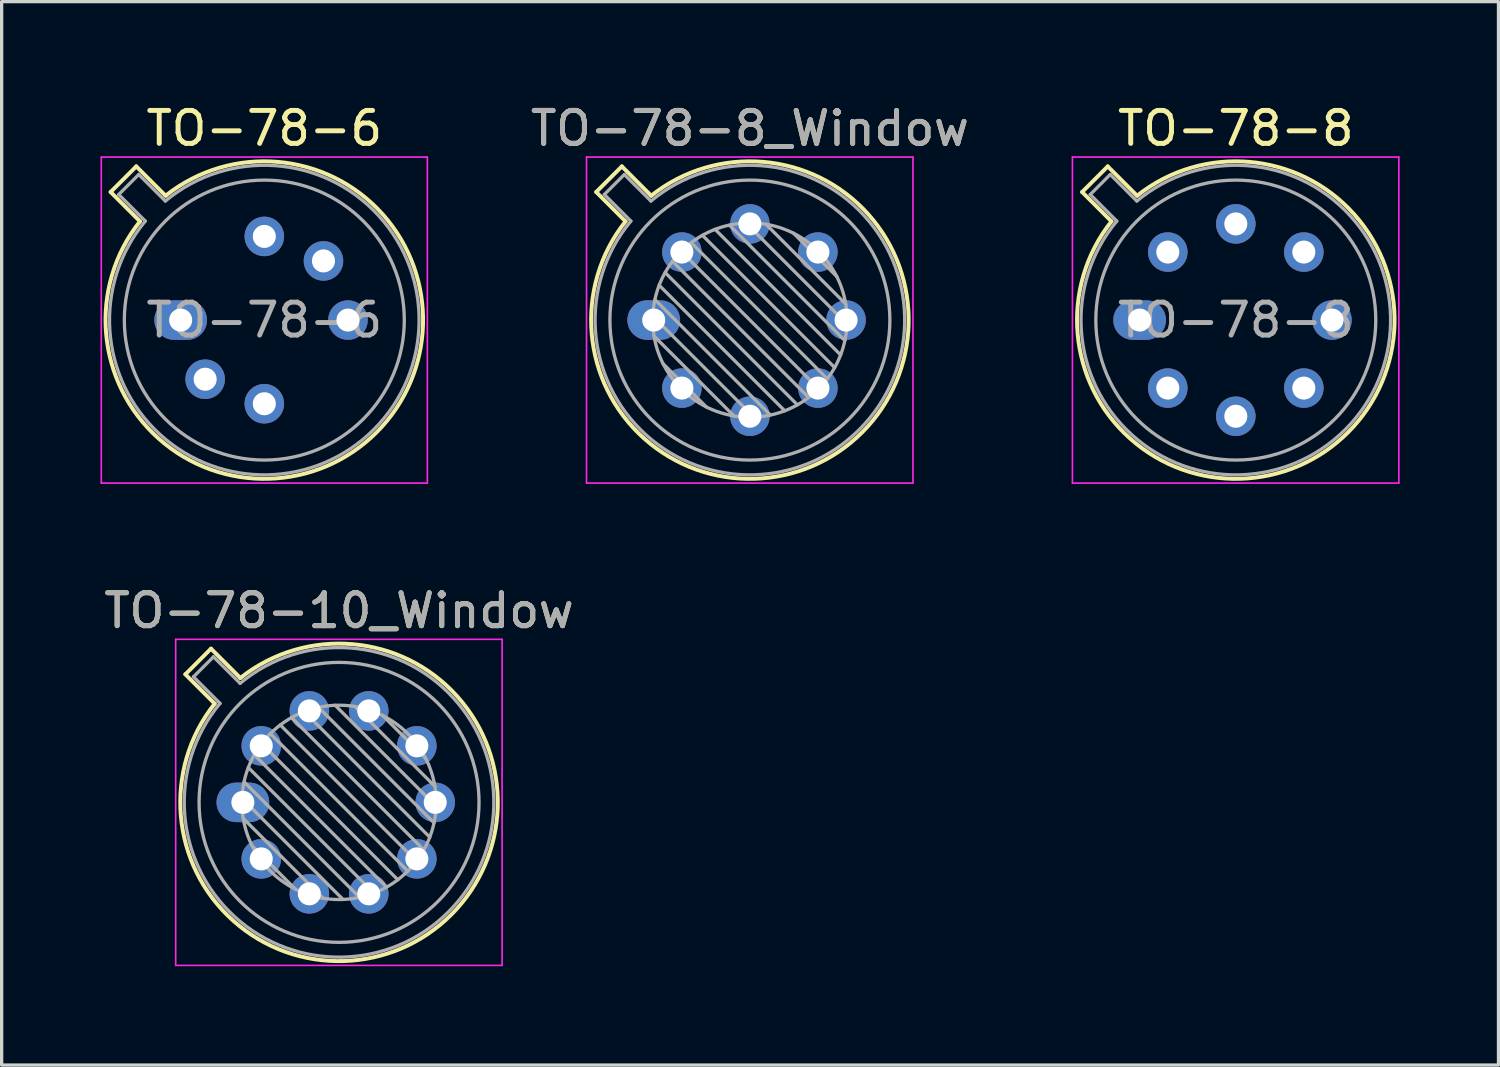
<source format=kicad_pcb>
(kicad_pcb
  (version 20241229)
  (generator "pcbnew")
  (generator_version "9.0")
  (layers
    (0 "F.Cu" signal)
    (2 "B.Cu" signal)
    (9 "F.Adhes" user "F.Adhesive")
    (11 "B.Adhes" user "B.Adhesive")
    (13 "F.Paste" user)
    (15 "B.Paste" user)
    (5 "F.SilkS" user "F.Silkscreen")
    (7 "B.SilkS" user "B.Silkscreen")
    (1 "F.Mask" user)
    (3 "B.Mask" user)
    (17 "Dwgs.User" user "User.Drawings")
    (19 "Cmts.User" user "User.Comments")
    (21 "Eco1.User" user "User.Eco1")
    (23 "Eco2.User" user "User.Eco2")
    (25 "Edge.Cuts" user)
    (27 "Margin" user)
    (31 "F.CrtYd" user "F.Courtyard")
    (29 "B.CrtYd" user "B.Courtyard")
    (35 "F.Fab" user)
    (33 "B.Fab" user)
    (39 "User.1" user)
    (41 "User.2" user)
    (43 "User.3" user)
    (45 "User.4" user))
  (footprint "TO-78-8_Window"
    (layer "F.Cu")
    (at 16.798 6.668)
    (property "Reference" "TO-78-8_Window" (at 2.92 -5.82 0) (layer "F.SilkS") (effects (font (size 1 1) (thickness 0.15))))
    (attr through_hole)
    (fp_line (start -1.746 -3.888) (end -0.855 -2.997) (stroke (width 0.12) (type solid)) (layer "F.SilkS"))
    (fp_line (start -0.968 -4.666) (end -1.746 -3.888) (stroke (width 0.12) (type solid)) (layer "F.SilkS"))
    (fp_line (start -0.077 -3.775) (end -0.968 -4.666) (stroke (width 0.12) (type solid)) (layer "F.SilkS"))
    (fp_arc (start -0.077084 -3.774902) (mid 6.328125 3.408384) (end -0.854674 -2.997371) (stroke (width 0.12) (type solid)) (layer "F.SilkS"))
    (fp_line (start -2.04 -4.95) (end -2.04 4.95) (stroke (width 0.05) (type solid)) (layer "F.CrtYd"))
    (fp_line (start -2.04 4.95) (end 7.87 4.95) (stroke (width 0.05) (type solid)) (layer "F.CrtYd"))
    (fp_line (start 7.87 -4.95) (end -2.04 -4.95) (stroke (width 0.05) (type solid)) (layer "F.CrtYd"))
    (fp_line (start 7.87 4.95) (end 7.87 -4.95) (stroke (width 0.05) (type solid)) (layer "F.CrtYd"))
    (fp_line (start -1.5 -3.812) (end -0.694 -3.005) (stroke (width 0.1) (type solid)) (layer "F.Fab"))
    (fp_line (start -0.892 -4.42) (end -1.5 -3.812) (stroke (width 0.1) (type solid)) (layer "F.Fab"))
    (fp_line (start -0.085 -3.614) (end -0.892 -4.42) (stroke (width 0.1) (type solid)) (layer "F.Fab"))
    (fp_line (start -0.028 -0.12) (end 3.04 2.948) (stroke (width 0.1) (type solid)) (layer "F.Fab"))
    (fp_line (start 0.009 0.485) (end 2.435 2.911) (stroke (width 0.1) (type solid)) (layer "F.Fab"))
    (fp_line (start 0.036 -0.622) (end 3.542 2.884) (stroke (width 0.1) (type solid)) (layer "F.Fab"))
    (fp_line (start 0.165 -1.058) (end 3.978 2.755) (stroke (width 0.1) (type solid)) (layer "F.Fab"))
    (fp_line (start 0.283 1.324) (end 1.596 2.637) (stroke (width 0.1) (type solid)) (layer "F.Fab"))
    (fp_line (start 0.346 -1.443) (end 4.363 2.574) (stroke (width 0.1) (type solid)) (layer "F.Fab"))
    (fp_line (start 0.57 -1.784) (end 4.704 2.35) (stroke (width 0.1) (type solid)) (layer "F.Fab"))
    (fp_line (start 0.834 -2.086) (end 5.006 2.086) (stroke (width 0.1) (type solid)) (layer "F.Fab"))
    (fp_line (start 1.136 -2.35) (end 5.27 1.784) (stroke (width 0.1) (type solid)) (layer "F.Fab"))
    (fp_line (start 1.477 -2.574) (end 5.494 1.443) (stroke (width 0.1) (type solid)) (layer "F.Fab"))
    (fp_line (start 1.862 -2.755) (end 5.675 1.058) (stroke (width 0.1) (type solid)) (layer "F.Fab"))
    (fp_line (start 2.298 -2.884) (end 5.804 0.622) (stroke (width 0.1) (type solid)) (layer "F.Fab"))
    (fp_line (start 2.8 -2.948) (end 5.868 0.12) (stroke (width 0.1) (type solid)) (layer "F.Fab"))
    (fp_line (start 3.405 -2.911) (end 5.831 -0.485) (stroke (width 0.1) (type solid)) (layer "F.Fab"))
    (fp_line (start 4.244 -2.637) (end 5.557 -1.324) (stroke (width 0.1) (type solid)) (layer "F.Fab"))
    (fp_arc (start -0.085408 -3.61352) (mid 6.243443 3.323361) (end -0.693594 -3.005319) (stroke (width 0.1) (type solid)) (layer "F.Fab"))
    (fp_circle (center 2.92 0) (end 5.87 0) (stroke (width 0.1) (type solid)) (fill no) (layer "F.Fab"))
    (fp_circle (center 2.92 0) (end 7.17 0) (stroke (width 0.1) (type solid)) (fill no) (layer "F.Fab"))
    (fp_text user "${REFERENCE}" (at 2.92 -5.82 0) (layer "F.Fab") (effects (font (size 1 1) (thickness 0.15))))
    (pad "1" thru_hole oval (at 0 0) (size 1.6 1.2) (drill 0.7) (layers "*.Cu" "*.Mask"))
    (pad "2" thru_hole oval (at 0.855 2.065) (size 1.2 1.2) (drill 0.7) (layers "*.Cu" "*.Mask"))
    (pad "3" thru_hole oval (at 2.92 2.92) (size 1.2 1.2) (drill 0.7) (layers "*.Cu" "*.Mask"))
    (pad "4" thru_hole oval (at 4.985 2.065) (size 1.2 1.2) (drill 0.7) (layers "*.Cu" "*.Mask"))
    (pad "5" thru_hole oval (at 5.84 0) (size 1.2 1.2) (drill 0.7) (layers "*.Cu" "*.Mask"))
    (pad "6" thru_hole oval (at 4.985 -2.065) (size 1.2 1.2) (drill 0.7) (layers "*.Cu" "*.Mask"))
    (pad "7" thru_hole oval (at 2.92 -2.92) (size 1.2 1.2) (drill 0.7) (layers "*.Cu" "*.Mask"))
    (pad "8" thru_hole oval (at 0.855 -2.065) (size 1.2 1.2) (drill 0.7) (layers "*.Cu" "*.Mask")))
  (footprint "TO-78-6"
    (layer "F.Cu")
    (at 2.435 6.668)
    (property "Reference" "TO-78-6" (at 2.54 -5.82 0) (layer "F.SilkS") (effects (font (size 1 1) (thickness 0.15))))
    (attr through_hole)
    (fp_line (start -2.126 -3.888) (end -1.235 -2.997) (stroke (width 0.12) (type solid)) (layer "F.SilkS"))
    (fp_line (start -1.348 -4.666) (end -2.126 -3.888) (stroke (width 0.12) (type solid)) (layer "F.SilkS"))
    (fp_line (start -0.457 -3.775) (end -1.348 -4.666) (stroke (width 0.12) (type solid)) (layer "F.SilkS"))
    (fp_arc (start -0.457084 -3.774902) (mid 5.948125 3.408384) (end -1.234674 -2.997371) (stroke (width 0.12) (type solid)) (layer "F.SilkS"))
    (fp_line (start -2.41 -4.95) (end -2.41 4.95) (stroke (width 0.05) (type solid)) (layer "F.CrtYd"))
    (fp_line (start -2.41 4.95) (end 7.49 4.95) (stroke (width 0.05) (type solid)) (layer "F.CrtYd"))
    (fp_line (start 7.49 -4.95) (end -2.41 -4.95) (stroke (width 0.05) (type solid)) (layer "F.CrtYd"))
    (fp_line (start 7.49 4.95) (end 7.49 -4.95) (stroke (width 0.05) (type solid)) (layer "F.CrtYd"))
    (fp_line (start -1.88 -3.812) (end -1.074 -3.005) (stroke (width 0.1) (type solid)) (layer "F.Fab"))
    (fp_line (start -1.272 -4.42) (end -1.88 -3.812) (stroke (width 0.1) (type solid)) (layer "F.Fab"))
    (fp_line (start -0.465 -3.614) (end -1.272 -4.42) (stroke (width 0.1) (type solid)) (layer "F.Fab"))
    (fp_arc (start -0.465408 -3.61352) (mid 5.863443 3.323361) (end -1.073594 -3.005319) (stroke (width 0.1) (type solid)) (layer "F.Fab"))
    (fp_circle (center 2.54 0) (end 6.79 0) (stroke (width 0.1) (type solid)) (fill no) (layer "F.Fab"))
    (fp_text user "${REFERENCE}" (at 2.54 0 0) (layer "F.Fab") (effects (font (size 1 1) (thickness 0.15))))
    (pad "1" thru_hole oval (at 0 0) (size 1.6 1.2) (drill 0.7) (layers "*.Cu" "*.Mask"))
    (pad "2" thru_hole oval (at 0.744 1.796) (size 1.2 1.2) (drill 0.7) (layers "*.Cu" "*.Mask"))
    (pad "3" thru_hole oval (at 2.54 2.54) (size 1.2 1.2) (drill 0.7) (layers "*.Cu" "*.Mask"))
    (pad "4" thru_hole oval (at 5.08 0) (size 1.2 1.2) (drill 0.7) (layers "*.Cu" "*.Mask"))
    (pad "5" thru_hole oval (at 4.336 -1.796) (size 1.2 1.2) (drill 0.7) (layers "*.Cu" "*.Mask"))
    (pad "6" thru_hole oval (at 2.54 -2.54) (size 1.2 1.2) (drill 0.7) (layers "*.Cu" "*.Mask")))
  (footprint "TO-78-10_Window"
    (layer "F.Cu")
    (at 4.324 21.311)
    (property "Reference" "TO-78-10_Window" (at 2.92 -5.82 0) (layer "F.SilkS") (effects (font (size 1 1) (thickness 0.15))))
    (attr through_hole)
    (fp_line (start -1.746 -3.888) (end -0.855 -2.997) (stroke (width 0.12) (type solid)) (layer "F.SilkS"))
    (fp_line (start -0.968 -4.666) (end -1.746 -3.888) (stroke (width 0.12) (type solid)) (layer "F.SilkS"))
    (fp_line (start -0.077 -3.775) (end -0.968 -4.666) (stroke (width 0.12) (type solid)) (layer "F.SilkS"))
    (fp_arc (start -0.077084 -3.774902) (mid 6.328125 3.408384) (end -0.854674 -2.997371) (stroke (width 0.12) (type solid)) (layer "F.SilkS"))
    (fp_line (start -2.04 -4.95) (end -2.04 4.95) (stroke (width 0.05) (type solid)) (layer "F.CrtYd"))
    (fp_line (start -2.04 4.95) (end 7.87 4.95) (stroke (width 0.05) (type solid)) (layer "F.CrtYd"))
    (fp_line (start 7.87 -4.95) (end -2.04 -4.95) (stroke (width 0.05) (type solid)) (layer "F.CrtYd"))
    (fp_line (start 7.87 4.95) (end 7.87 -4.95) (stroke (width 0.05) (type solid)) (layer "F.CrtYd"))
    (fp_line (start -1.5 -3.812) (end -0.694 -3.005) (stroke (width 0.1) (type solid)) (layer "F.Fab"))
    (fp_line (start -0.892 -4.42) (end -1.5 -3.812) (stroke (width 0.1) (type solid)) (layer "F.Fab"))
    (fp_line (start -0.085 -3.614) (end -0.892 -4.42) (stroke (width 0.1) (type solid)) (layer "F.Fab"))
    (fp_line (start -0.028 -0.12) (end 3.04 2.948) (stroke (width 0.1) (type solid)) (layer "F.Fab"))
    (fp_line (start 0.009 0.485) (end 2.435 2.911) (stroke (width 0.1) (type solid)) (layer "F.Fab"))
    (fp_line (start 0.036 -0.622) (end 3.542 2.884) (stroke (width 0.1) (type solid)) (layer "F.Fab"))
    (fp_line (start 0.165 -1.058) (end 3.978 2.755) (stroke (width 0.1) (type solid)) (layer "F.Fab"))
    (fp_line (start 0.283 1.324) (end 1.596 2.637) (stroke (width 0.1) (type solid)) (layer "F.Fab"))
    (fp_line (start 0.346 -1.443) (end 4.363 2.574) (stroke (width 0.1) (type solid)) (layer "F.Fab"))
    (fp_line (start 0.57 -1.784) (end 4.704 2.35) (stroke (width 0.1) (type solid)) (layer "F.Fab"))
    (fp_line (start 0.834 -2.086) (end 5.006 2.086) (stroke (width 0.1) (type solid)) (layer "F.Fab"))
    (fp_line (start 1.136 -2.35) (end 5.27 1.784) (stroke (width 0.1) (type solid)) (layer "F.Fab"))
    (fp_line (start 1.477 -2.574) (end 5.494 1.443) (stroke (width 0.1) (type solid)) (layer "F.Fab"))
    (fp_line (start 1.862 -2.755) (end 5.675 1.058) (stroke (width 0.1) (type solid)) (layer "F.Fab"))
    (fp_line (start 2.298 -2.884) (end 5.804 0.622) (stroke (width 0.1) (type solid)) (layer "F.Fab"))
    (fp_line (start 2.8 -2.948) (end 5.868 0.12) (stroke (width 0.1) (type solid)) (layer "F.Fab"))
    (fp_line (start 3.405 -2.911) (end 5.831 -0.485) (stroke (width 0.1) (type solid)) (layer "F.Fab"))
    (fp_line (start 4.244 -2.637) (end 5.557 -1.324) (stroke (width 0.1) (type solid)) (layer "F.Fab"))
    (fp_arc (start -0.085408 -3.61352) (mid 6.243443 3.323361) (end -0.693594 -3.005319) (stroke (width 0.1) (type solid)) (layer "F.Fab"))
    (fp_circle (center 2.92 0) (end 5.87 0) (stroke (width 0.1) (type solid)) (fill no) (layer "F.Fab"))
    (fp_circle (center 2.92 0) (end 7.17 0) (stroke (width 0.1) (type solid)) (fill no) (layer "F.Fab"))
    (fp_text user "${REFERENCE}" (at 2.92 -5.82 0) (layer "F.Fab") (effects (font (size 1 1) (thickness 0.15))))
    (pad "1" thru_hole oval (at 0 0) (size 1.6 1.2) (drill 0.7) (layers "*.Cu" "*.Mask"))
    (pad "2" thru_hole oval (at 0.558 1.716) (size 1.2 1.2) (drill 0.7) (layers "*.Cu" "*.Mask"))
    (pad "3" thru_hole oval (at 2.018 2.777) (size 1.2 1.2) (drill 0.7) (layers "*.Cu" "*.Mask"))
    (pad "4" thru_hole oval (at 3.822 2.777) (size 1.2 1.2) (drill 0.7) (layers "*.Cu" "*.Mask"))
    (pad "5" thru_hole oval (at 5.282 1.716) (size 1.2 1.2) (drill 0.7) (layers "*.Cu" "*.Mask"))
    (pad "6" thru_hole oval (at 5.84 0) (size 1.2 1.2) (drill 0.7) (layers "*.Cu" "*.Mask"))
    (pad "7" thru_hole oval (at 5.282 -1.716) (size 1.2 1.2) (drill 0.7) (layers "*.Cu" "*.Mask"))
    (pad "8" thru_hole oval (at 3.822 -2.777) (size 1.2 1.2) (drill 0.7) (layers "*.Cu" "*.Mask"))
    (pad "9" thru_hole oval (at 2.018 -2.777) (size 1.2 1.2) (drill 0.7) (layers "*.Cu" "*.Mask"))
    (pad "10" thru_hole oval (at 0.558 -1.716) (size 1.2 1.2) (drill 0.7) (layers "*.Cu" "*.Mask")))
  (footprint "TO-78-8"
    (layer "F.Cu")
    (at 31.551 6.668)
    (property "Reference" "TO-78-8" (at 2.92 -5.82 0) (layer "F.SilkS") (effects (font (size 1 1) (thickness 0.15))))
    (attr through_hole)
    (fp_line (start -1.746 -3.888) (end -0.855 -2.997) (stroke (width 0.12) (type solid)) (layer "F.SilkS"))
    (fp_line (start -0.968 -4.666) (end -1.746 -3.888) (stroke (width 0.12) (type solid)) (layer "F.SilkS"))
    (fp_line (start -0.077 -3.775) (end -0.968 -4.666) (stroke (width 0.12) (type solid)) (layer "F.SilkS"))
    (fp_arc (start -0.077084 -3.774902) (mid 6.328125 3.408384) (end -0.854674 -2.997371) (stroke (width 0.12) (type solid)) (layer "F.SilkS"))
    (fp_line (start -2.04 -4.95) (end -2.04 4.95) (stroke (width 0.05) (type solid)) (layer "F.CrtYd"))
    (fp_line (start -2.04 4.95) (end 7.87 4.95) (stroke (width 0.05) (type solid)) (layer "F.CrtYd"))
    (fp_line (start 7.87 -4.95) (end -2.04 -4.95) (stroke (width 0.05) (type solid)) (layer "F.CrtYd"))
    (fp_line (start 7.87 4.95) (end 7.87 -4.95) (stroke (width 0.05) (type solid)) (layer "F.CrtYd"))
    (fp_line (start -1.5 -3.812) (end -0.694 -3.005) (stroke (width 0.1) (type solid)) (layer "F.Fab"))
    (fp_line (start -0.892 -4.42) (end -1.5 -3.812) (stroke (width 0.1) (type solid)) (layer "F.Fab"))
    (fp_line (start -0.085 -3.614) (end -0.892 -4.42) (stroke (width 0.1) (type solid)) (layer "F.Fab"))
    (fp_arc (start -0.085408 -3.61352) (mid 6.243443 3.323361) (end -0.693594 -3.005319) (stroke (width 0.1) (type solid)) (layer "F.Fab"))
    (fp_circle (center 2.92 0) (end 7.17 0) (stroke (width 0.1) (type solid)) (fill no) (layer "F.Fab"))
    (fp_text user "${REFERENCE}" (at 2.92 0 0) (layer "F.Fab") (effects (font (size 1 1) (thickness 0.15))))
    (pad "1" thru_hole oval (at 0 0) (size 1.6 1.2) (drill 0.7) (layers "*.Cu" "*.Mask"))
    (pad "2" thru_hole oval (at 0.855 2.065) (size 1.2 1.2) (drill 0.7) (layers "*.Cu" "*.Mask"))
    (pad "3" thru_hole oval (at 2.92 2.92) (size 1.2 1.2) (drill 0.7) (layers "*.Cu" "*.Mask"))
    (pad "4" thru_hole oval (at 4.985 2.065) (size 1.2 1.2) (drill 0.7) (layers "*.Cu" "*.Mask"))
    (pad "5" thru_hole oval (at 5.84 0) (size 1.2 1.2) (drill 0.7) (layers "*.Cu" "*.Mask"))
    (pad "6" thru_hole oval (at 4.985 -2.065) (size 1.2 1.2) (drill 0.7) (layers "*.Cu" "*.Mask"))
    (pad "7" thru_hole oval (at 2.92 -2.92) (size 1.2 1.2) (drill 0.7) (layers "*.Cu" "*.Mask"))
    (pad "8" thru_hole oval (at 0.855 -2.065) (size 1.2 1.2) (drill 0.7) (layers "*.Cu" "*.Mask")))
  (gr_rect
    (start -3 -3)
    (end 42.446 29.287)
    (stroke (width 0.1) (type default))
    (fill no)
    (layer "Edge.Cuts")))
</source>
